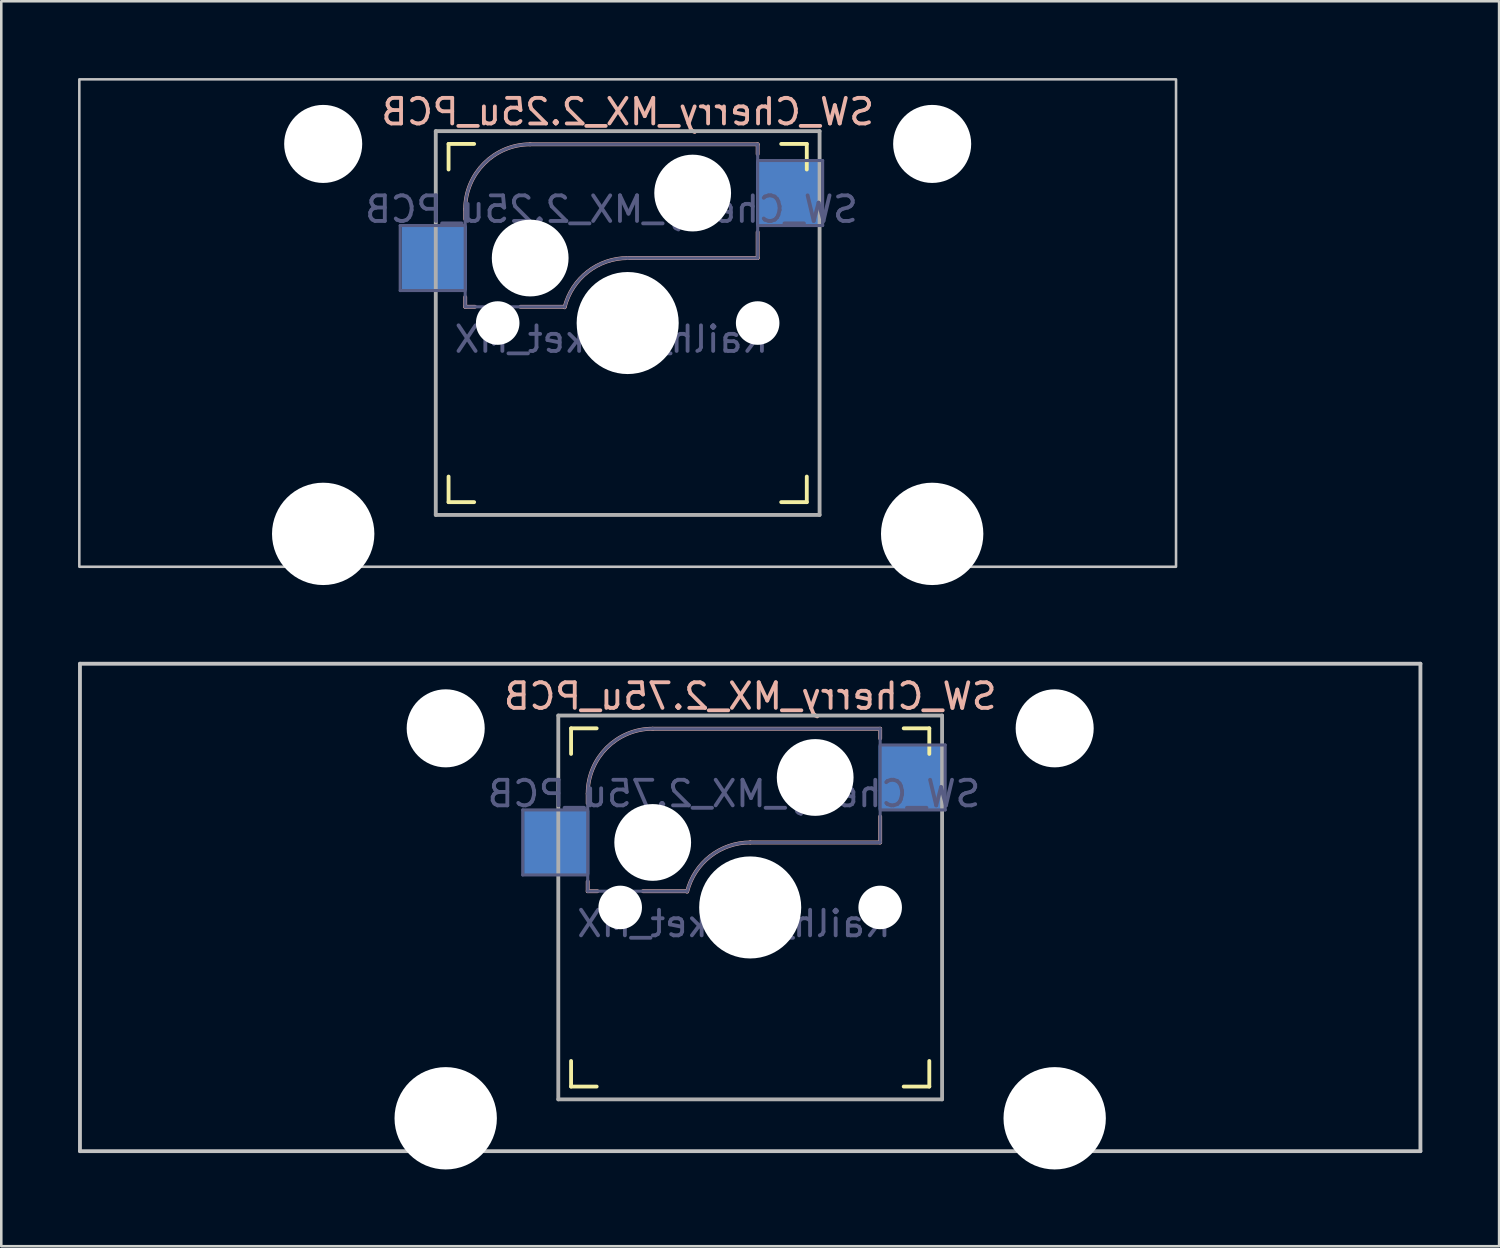
<source format=kicad_pcb>
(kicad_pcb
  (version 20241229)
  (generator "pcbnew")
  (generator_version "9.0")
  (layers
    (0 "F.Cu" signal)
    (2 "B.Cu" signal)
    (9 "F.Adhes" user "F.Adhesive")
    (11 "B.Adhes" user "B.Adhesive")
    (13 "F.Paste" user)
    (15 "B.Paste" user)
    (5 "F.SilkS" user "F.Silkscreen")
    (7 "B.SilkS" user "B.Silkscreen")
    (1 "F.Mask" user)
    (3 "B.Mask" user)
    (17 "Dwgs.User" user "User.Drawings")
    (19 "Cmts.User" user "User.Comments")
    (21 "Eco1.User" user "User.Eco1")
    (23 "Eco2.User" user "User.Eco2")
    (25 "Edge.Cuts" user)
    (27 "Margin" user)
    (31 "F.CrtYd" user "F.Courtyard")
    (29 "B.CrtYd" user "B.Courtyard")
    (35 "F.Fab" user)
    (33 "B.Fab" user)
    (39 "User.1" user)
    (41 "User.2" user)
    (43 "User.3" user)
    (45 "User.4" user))
  (footprint "SW_Cherry_MX_2.25u_PCB"
    (layer "F.Cu")
    (at 21.481 9.575)
    (property "Reference" "SW_Cherry_MX_2.25u_PCB" (at 0 -8.255 0) (layer "B.SilkS") (effects (font (size 1 1) (thickness 0.15)) (justify mirror)))
    (property "Value" "Kailh_socket_MX" (at 0 8.255 0) (layer "F.Fab") (hide yes) (effects (font (size 1 1) (thickness 0.15))))
    (attr smd through_hole)
    (fp_line (start -7 -6) (end -7 -7) (stroke (width 0.15) (type solid)) (layer "F.SilkS"))
    (fp_line (start -7 7) (end -7 6) (stroke (width 0.15) (type solid)) (layer "F.SilkS"))
    (fp_line (start -7 7) (end -6 7) (stroke (width 0.15) (type solid)) (layer "F.SilkS"))
    (fp_line (start -6 -7) (end -7 -7) (stroke (width 0.15) (type solid)) (layer "F.SilkS"))
    (fp_line (start 6 7) (end 7 7) (stroke (width 0.15) (type solid)) (layer "F.SilkS"))
    (fp_line (start 7 -7) (end 6 -7) (stroke (width 0.15) (type solid)) (layer "F.SilkS"))
    (fp_line (start 7 -7) (end 7 -6) (stroke (width 0.15) (type solid)) (layer "F.SilkS"))
    (fp_line (start 7 6) (end 7 7) (stroke (width 0.15) (type solid)) (layer "F.SilkS"))
    (fp_line (start -6.35 -4.445) (end -6.35 -4.064) (stroke (width 0.15) (type solid)) (layer "B.SilkS"))
    (fp_line (start -6.35 -1.016) (end -6.35 -0.635) (stroke (width 0.15) (type solid)) (layer "B.SilkS"))
    (fp_line (start -5.969 -0.635) (end -6.35 -0.635) (stroke (width 0.15) (type solid)) (layer "B.SilkS"))
    (fp_line (start -3.81 -6.985) (end 5.08 -6.985) (stroke (width 0.15) (type solid)) (layer "B.SilkS"))
    (fp_line (start -2.464 -0.635) (end -4.191 -0.635) (stroke (width 0.15) (type solid)) (layer "B.SilkS"))
    (fp_line (start 5.08 -6.985) (end 5.08 -6.604) (stroke (width 0.15) (type solid)) (layer "B.SilkS"))
    (fp_line (start 5.08 -3.556) (end 5.08 -2.54) (stroke (width 0.15) (type solid)) (layer "B.SilkS"))
    (fp_line (start 5.08 -2.54) (end 0 -2.54) (stroke (width 0.15) (type solid)) (layer "B.SilkS"))
    (fp_arc (start -6.35 -4.445) (mid -5.606051 -6.241051) (end -3.81 -6.985) (stroke (width 0.15) (type solid)) (layer "B.SilkS"))
    (fp_arc (start -2.464162 -0.61604) (mid -1.563147 -2.002042) (end 0 -2.54) (stroke (width 0.15) (type solid)) (layer "B.SilkS"))
    (fp_rect (start -21.431 -9.525) (end 21.431 9.525) (stroke (width 0.1) (type default)) (fill no) (layer "Dwgs.User"))
    (fp_line (start -6.9 6.9) (end -6.9 -6.9) (stroke (width 0.15) (type solid)) (layer "Eco2.User"))
    (fp_line (start -6.9 6.9) (end 6.9 6.9) (stroke (width 0.15) (type solid)) (layer "Eco2.User"))
    (fp_line (start 6.9 -6.9) (end -6.9 -6.9) (stroke (width 0.15) (type solid)) (layer "Eco2.User"))
    (fp_line (start 6.9 -6.9) (end 6.9 6.9) (stroke (width 0.15) (type solid)) (layer "Eco2.User"))
    (fp_line (start -8.89 -3.81) (end -6.35 -3.81) (stroke (width 0.12) (type solid)) (layer "B.Fab"))
    (fp_line (start -8.89 -1.27) (end -8.89 -3.81) (stroke (width 0.12) (type solid)) (layer "B.Fab"))
    (fp_line (start -6.35 -1.27) (end -8.89 -1.27) (stroke (width 0.12) (type solid)) (layer "B.Fab"))
    (fp_line (start -6.35 -0.635) (end -6.35 -4.445) (stroke (width 0.12) (type solid)) (layer "B.Fab"))
    (fp_line (start -6.35 -0.635) (end -2.54 -0.635) (stroke (width 0.12) (type solid)) (layer "B.Fab"))
    (fp_line (start -3.81 -6.985) (end 5.08 -6.985) (stroke (width 0.12) (type solid)) (layer "B.Fab"))
    (fp_line (start 5.08 -6.985) (end 5.08 -2.54) (stroke (width 0.12) (type solid)) (layer "B.Fab"))
    (fp_line (start 5.08 -6.35) (end 7.62 -6.35) (stroke (width 0.12) (type solid)) (layer "B.Fab"))
    (fp_line (start 5.08 -2.54) (end 0 -2.54) (stroke (width 0.12) (type solid)) (layer "B.Fab"))
    (fp_line (start 7.62 -6.35) (end 7.62 -3.81) (stroke (width 0.12) (type solid)) (layer "B.Fab"))
    (fp_line (start 7.62 -3.81) (end 5.08 -3.81) (stroke (width 0.12) (type solid)) (layer "B.Fab"))
    (fp_arc (start -6.35 -4.445) (mid -5.606051 -6.241051) (end -3.81 -6.985) (stroke (width 0.12) (type solid)) (layer "B.Fab"))
    (fp_arc (start -2.464162 -0.61604) (mid -1.563147 -2.002042) (end 0 -2.54) (stroke (width 0.12) (type solid)) (layer "B.Fab"))
    (fp_line (start -7.5 -7.5) (end 7.5 -7.5) (stroke (width 0.15) (type solid)) (layer "F.Fab"))
    (fp_line (start -7.5 7.5) (end -7.5 -7.5) (stroke (width 0.15) (type solid)) (layer "F.Fab"))
    (fp_line (start 7.5 -7.5) (end 7.5 7.5) (stroke (width 0.15) (type solid)) (layer "F.Fab"))
    (fp_line (start 7.5 7.5) (end -7.5 7.5) (stroke (width 0.15) (type solid)) (layer "F.Fab"))
    (fp_text user "${REFERENCE}" (at -0.635 -4.445 0) (layer "B.Fab") (effects (font (size 1 1) (thickness 0.15)) (justify mirror)))
    (fp_text user "${VALUE}" (at -0.635 0.635 0) (layer "B.Fab") (effects (font (size 1 1) (thickness 0.15)) (justify mirror)))
    (pad "" np_thru_hole circle (at -11.9 -7) (size 3.05 3.05) (drill 3.05) (layers "*.Cu" "*.Mask"))
    (pad "" np_thru_hole circle (at -11.9 8.24) (size 4 4) (drill 4) (layers "*.Cu" "*.Mask"))
    (pad "" np_thru_hole circle (at -5.08 0) (size 1.702 1.702) (drill 1.702) (layers "*.Cu" "*.Mask"))
    (pad "" np_thru_hole circle (at -3.81 -2.54) (size 3 3) (drill 3) (layers "*.Cu" "*.Mask"))
    (pad "" np_thru_hole circle (at 0 0) (size 3.988 3.988) (drill 3.988) (layers "*.Cu" "*.Mask"))
    (pad "" np_thru_hole circle (at 2.54 -5.08) (size 3 3) (drill 3) (layers "*.Cu" "*.Mask"))
    (pad "" np_thru_hole circle (at 5.08 0) (size 1.702 1.702) (drill 1.702) (layers "*.Cu" "*.Mask"))
    (pad "" np_thru_hole circle (at 11.9 -7) (size 3.05 3.05) (drill 3.05) (layers "*.Cu" "*.Mask"))
    (pad "" np_thru_hole circle (at 11.9 8.24) (size 4 4) (drill 4) (layers "*.Cu" "*.Mask"))
    (pad "1" smd rect (at 6.29 -5.08) (size 2.55 2.5) (layers "B.Cu" "B.Mask" "B.Paste"))
    (pad "2" smd rect (at -7.56 -2.54) (size 2.55 2.5) (layers "B.Cu" "B.Mask" "B.Paste")))
  (footprint "SW_Cherry_MX_2.75u_PCB"
    (layer "F.Cu")
    (at 26.269 32.415)
    (property "Reference" "SW_Cherry_MX_2.75u_PCB" (at 0 -8.255 0) (layer "B.SilkS") (effects (font (size 1 1) (thickness 0.15)) (justify mirror)))
    (property "Value" "Kailh_socket_MX" (at 0 8.255 0) (layer "F.Fab") (hide yes) (effects (font (size 1 1) (thickness 0.15))))
    (attr smd through_hole)
    (fp_line (start -7 -6) (end -7 -7) (stroke (width 0.15) (type solid)) (layer "F.SilkS"))
    (fp_line (start -7 7) (end -7 6) (stroke (width 0.15) (type solid)) (layer "F.SilkS"))
    (fp_line (start -7 7) (end -6 7) (stroke (width 0.15) (type solid)) (layer "F.SilkS"))
    (fp_line (start -6 -7) (end -7 -7) (stroke (width 0.15) (type solid)) (layer "F.SilkS"))
    (fp_line (start 6 7) (end 7 7) (stroke (width 0.15) (type solid)) (layer "F.SilkS"))
    (fp_line (start 7 -7) (end 6 -7) (stroke (width 0.15) (type solid)) (layer "F.SilkS"))
    (fp_line (start 7 -7) (end 7 -6) (stroke (width 0.15) (type solid)) (layer "F.SilkS"))
    (fp_line (start 7 6) (end 7 7) (stroke (width 0.15) (type solid)) (layer "F.SilkS"))
    (fp_line (start -6.35 -4.445) (end -6.35 -4.064) (stroke (width 0.15) (type solid)) (layer "B.SilkS"))
    (fp_line (start -6.35 -1.016) (end -6.35 -0.635) (stroke (width 0.15) (type solid)) (layer "B.SilkS"))
    (fp_line (start -5.969 -0.635) (end -6.35 -0.635) (stroke (width 0.15) (type solid)) (layer "B.SilkS"))
    (fp_line (start -3.81 -6.985) (end 5.08 -6.985) (stroke (width 0.15) (type solid)) (layer "B.SilkS"))
    (fp_line (start -2.464 -0.635) (end -4.191 -0.635) (stroke (width 0.15) (type solid)) (layer "B.SilkS"))
    (fp_line (start 5.08 -6.985) (end 5.08 -6.604) (stroke (width 0.15) (type solid)) (layer "B.SilkS"))
    (fp_line (start 5.08 -3.556) (end 5.08 -2.54) (stroke (width 0.15) (type solid)) (layer "B.SilkS"))
    (fp_line (start 5.08 -2.54) (end 0 -2.54) (stroke (width 0.15) (type solid)) (layer "B.SilkS"))
    (fp_arc (start -6.35 -4.445) (mid -5.606051 -6.241051) (end -3.81 -6.985) (stroke (width 0.15) (type solid)) (layer "B.SilkS"))
    (fp_arc (start -2.464162 -0.61604) (mid -1.563147 -2.002042) (end 0 -2.54) (stroke (width 0.15) (type solid)) (layer "B.SilkS"))
    (fp_line (start -26.194 -9.525) (end 26.194 -9.525) (stroke (width 0.15) (type solid)) (layer "Dwgs.User"))
    (fp_line (start -26.194 9.525) (end -26.194 -9.525) (stroke (width 0.15) (type solid)) (layer "Dwgs.User"))
    (fp_line (start 26.194 -9.525) (end 26.194 9.525) (stroke (width 0.15) (type solid)) (layer "Dwgs.User"))
    (fp_line (start 26.194 9.525) (end -26.194 9.525) (stroke (width 0.15) (type solid)) (layer "Dwgs.User"))
    (fp_line (start -6.9 6.9) (end -6.9 -6.9) (stroke (width 0.15) (type solid)) (layer "Eco2.User"))
    (fp_line (start -6.9 6.9) (end 6.9 6.9) (stroke (width 0.15) (type solid)) (layer "Eco2.User"))
    (fp_line (start 6.9 -6.9) (end -6.9 -6.9) (stroke (width 0.15) (type solid)) (layer "Eco2.User"))
    (fp_line (start 6.9 -6.9) (end 6.9 6.9) (stroke (width 0.15) (type solid)) (layer "Eco2.User"))
    (fp_line (start -8.89 -3.81) (end -6.35 -3.81) (stroke (width 0.12) (type solid)) (layer "B.Fab"))
    (fp_line (start -8.89 -1.27) (end -8.89 -3.81) (stroke (width 0.12) (type solid)) (layer "B.Fab"))
    (fp_line (start -6.35 -1.27) (end -8.89 -1.27) (stroke (width 0.12) (type solid)) (layer "B.Fab"))
    (fp_line (start -6.35 -0.635) (end -6.35 -4.445) (stroke (width 0.12) (type solid)) (layer "B.Fab"))
    (fp_line (start -6.35 -0.635) (end -2.54 -0.635) (stroke (width 0.12) (type solid)) (layer "B.Fab"))
    (fp_line (start -3.81 -6.985) (end 5.08 -6.985) (stroke (width 0.12) (type solid)) (layer "B.Fab"))
    (fp_line (start 5.08 -6.985) (end 5.08 -2.54) (stroke (width 0.12) (type solid)) (layer "B.Fab"))
    (fp_line (start 5.08 -6.35) (end 7.62 -6.35) (stroke (width 0.12) (type solid)) (layer "B.Fab"))
    (fp_line (start 5.08 -2.54) (end 0 -2.54) (stroke (width 0.12) (type solid)) (layer "B.Fab"))
    (fp_line (start 7.62 -6.35) (end 7.62 -3.81) (stroke (width 0.12) (type solid)) (layer "B.Fab"))
    (fp_line (start 7.62 -3.81) (end 5.08 -3.81) (stroke (width 0.12) (type solid)) (layer "B.Fab"))
    (fp_arc (start -6.35 -4.445) (mid -5.606051 -6.241051) (end -3.81 -6.985) (stroke (width 0.12) (type solid)) (layer "B.Fab"))
    (fp_arc (start -2.464162 -0.61604) (mid -1.563147 -2.002042) (end 0 -2.54) (stroke (width 0.12) (type solid)) (layer "B.Fab"))
    (fp_line (start -7.5 -7.5) (end 7.5 -7.5) (stroke (width 0.15) (type solid)) (layer "F.Fab"))
    (fp_line (start -7.5 7.5) (end -7.5 -7.5) (stroke (width 0.15) (type solid)) (layer "F.Fab"))
    (fp_line (start 7.5 -7.5) (end 7.5 7.5) (stroke (width 0.15) (type solid)) (layer "F.Fab"))
    (fp_line (start 7.5 7.5) (end -7.5 7.5) (stroke (width 0.15) (type solid)) (layer "F.Fab"))
    (fp_text user "${VALUE}" (at -0.635 0.635 0) (layer "B.Fab") (effects (font (size 1 1) (thickness 0.15)) (justify mirror)))
    (fp_text user "${REFERENCE}" (at -0.635 -4.445 0) (layer "B.Fab") (effects (font (size 1 1) (thickness 0.15)) (justify mirror)))
    (pad "" np_thru_hole circle (at -11.9 -7) (size 3.05 3.05) (drill 3.05) (layers "*.Cu" "*.Mask"))
    (pad "" np_thru_hole circle (at -11.9 8.24) (size 4 4) (drill 4) (layers "*.Cu" "*.Mask"))
    (pad "" np_thru_hole circle (at -5.08 0) (size 1.702 1.702) (drill 1.702) (layers "*.Cu" "*.Mask"))
    (pad "" np_thru_hole circle (at -3.81 -2.54) (size 3 3) (drill 3) (layers "*.Cu" "*.Mask"))
    (pad "" np_thru_hole circle (at 0 0) (size 3.988 3.988) (drill 3.988) (layers "*.Cu" "*.Mask"))
    (pad "" np_thru_hole circle (at 2.54 -5.08) (size 3 3) (drill 3) (layers "*.Cu" "*.Mask"))
    (pad "" np_thru_hole circle (at 5.08 0) (size 1.702 1.702) (drill 1.702) (layers "*.Cu" "*.Mask"))
    (pad "" np_thru_hole circle (at 11.9 -7) (size 3.05 3.05) (drill 3.05) (layers "*.Cu" "*.Mask"))
    (pad "" np_thru_hole circle (at 11.9 8.24) (size 4 4) (drill 4) (layers "*.Cu" "*.Mask"))
    (pad "1" smd rect (at 6.29 -5.08) (size 2.55 2.5) (layers "B.Cu" "B.Mask" "B.Paste"))
    (pad "2" smd rect (at -7.56 -2.54) (size 2.55 2.5) (layers "B.Cu" "B.Mask" "B.Paste")))
  (gr_rect
    (start -3 -3)
    (end 55.538 45.655)
    (stroke (width 0.1) (type default))
    (fill no)
    (layer "Edge.Cuts")))
</source>
